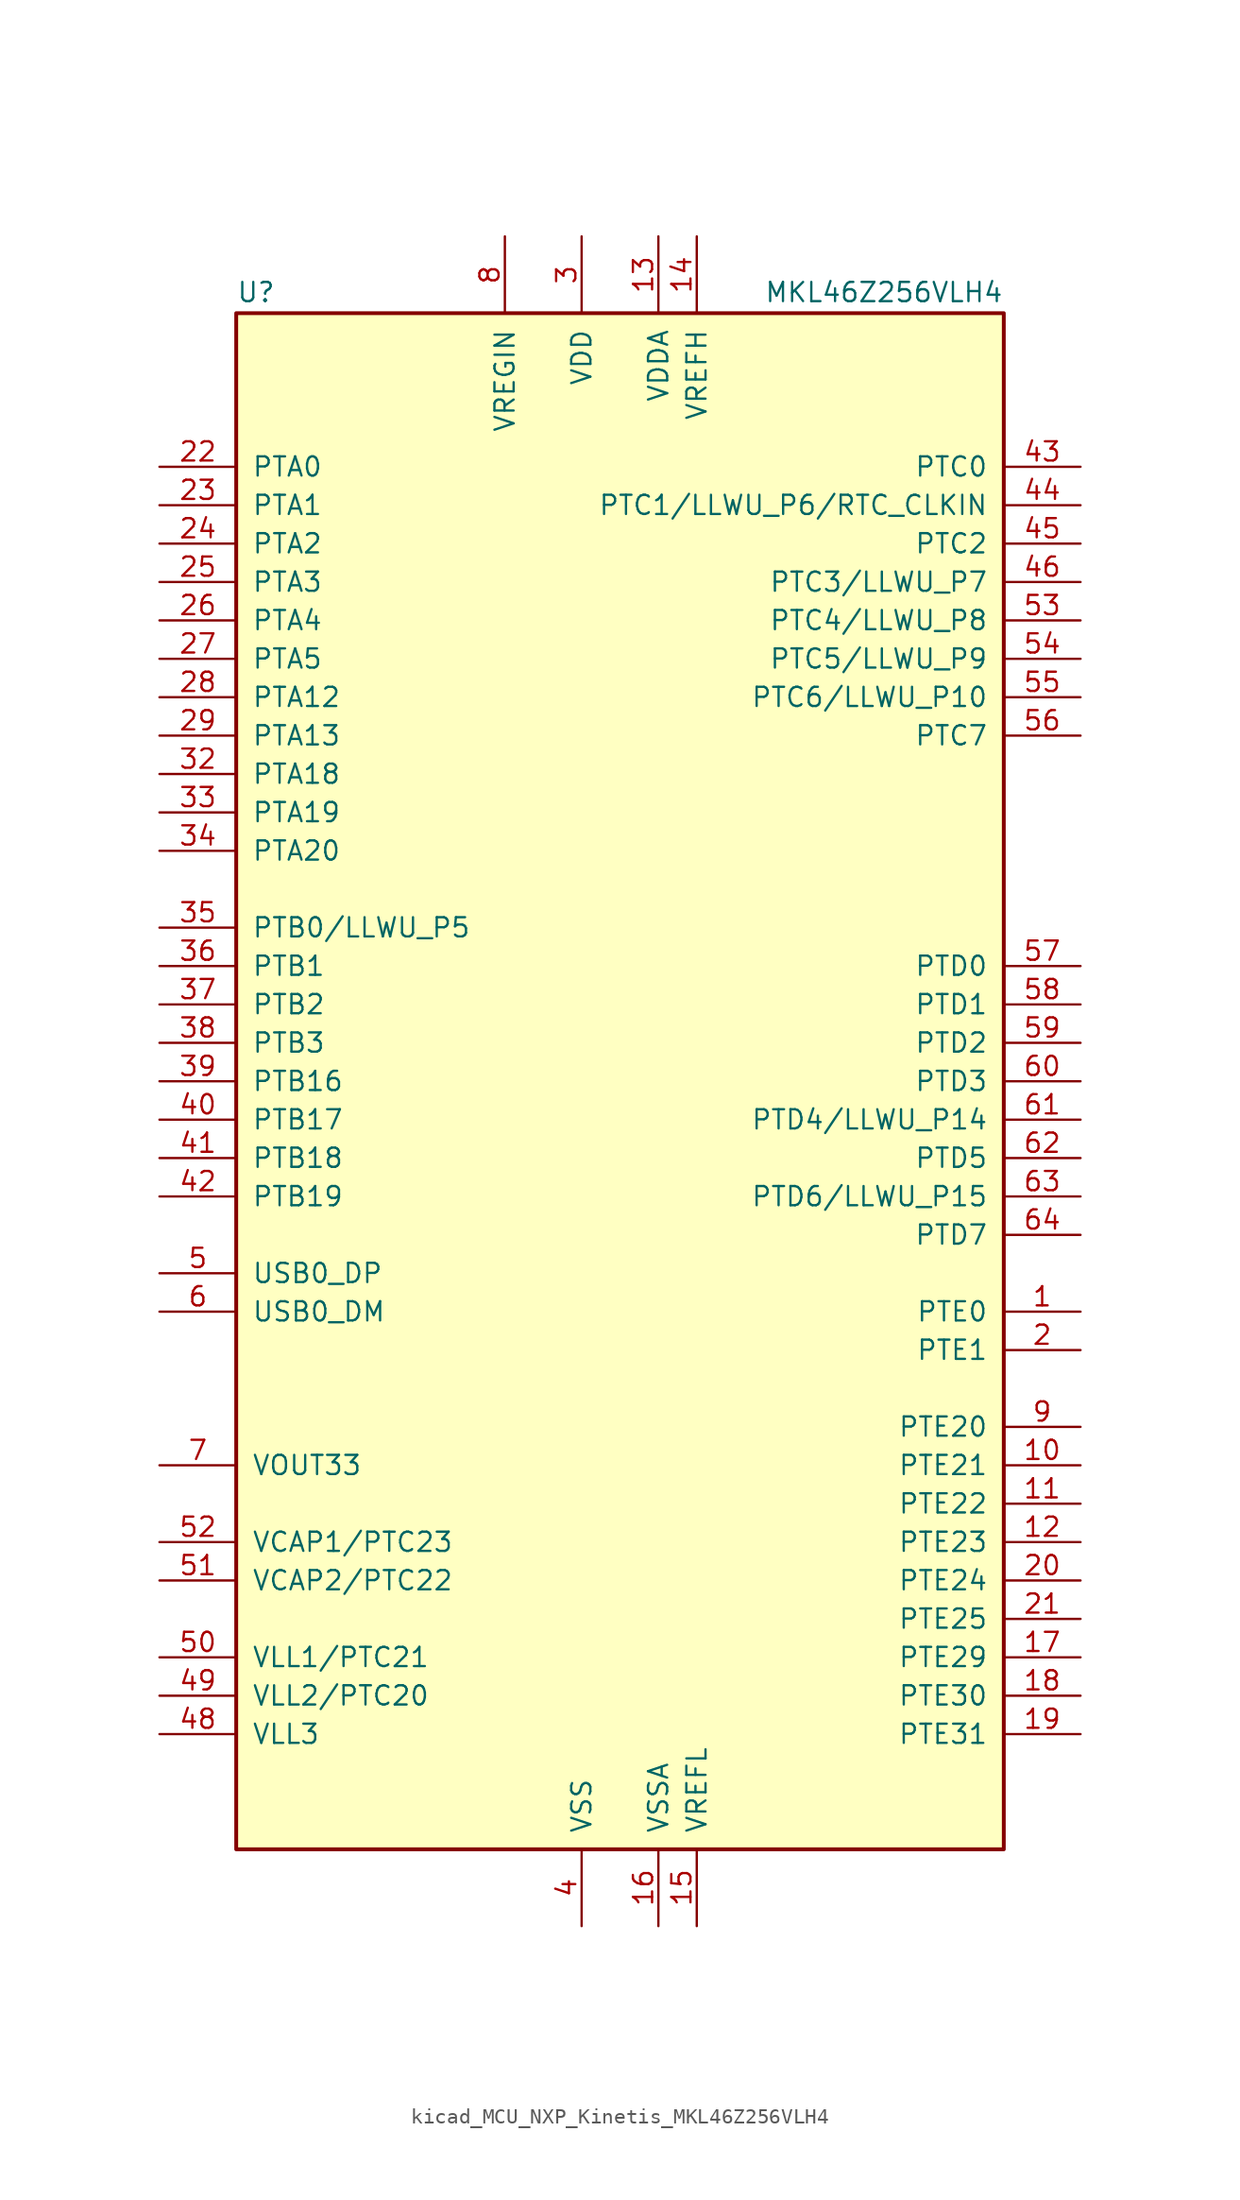
<source format=kicad_sym>
(kicad_symbol_lib
  (version 20220914)
  (generator kicad_symbol_editor)
  (symbol "kicad_MCU_NXP_Kinetis_MKL46Z256VLH4"
    (pin_names
      (offset 1.016))
    (property "Reference" "U"
      (at -25.4 51.435 0)
      (effects (font (size 1.27 1.27)) (justify left bottom)))
    (property "Value" "MKL46Z256VLH4"
      (at 25.4 51.435 0)
      (effects (font (size 1.27 1.27)) (justify right bottom)))
    (symbol "kicad_MCU_NXP_Kinetis_MKL46Z256VLH4_0_1"
      (rectangle (start -25.4 50.8) (end 25.4 -50.8) (stroke (width 0.254) (type default)) (fill (type background))))
    (symbol "kicad_MCU_NXP_Kinetis_MKL46Z256VLH4_1_1"
      (pin bidirectional line (at 30.48 -15.24 180) (length 5.08) (name "PTE0" (effects (font (size 1.27 1.27)))) (number "1" (effects (font (size 1.27 1.27)))))
      (pin bidirectional line (at 30.48 -25.4 180) (length 5.08) (name "PTE21" (effects (font (size 1.27 1.27)))) (number "10" (effects (font (size 1.27 1.27)))))
      (pin bidirectional line (at 30.48 -27.94 180) (length 5.08) (name "PTE22" (effects (font (size 1.27 1.27)))) (number "11" (effects (font (size 1.27 1.27)))))
      (pin bidirectional line (at 30.48 -30.48 180) (length 5.08) (name "PTE23" (effects (font (size 1.27 1.27)))) (number "12" (effects (font (size 1.27 1.27)))))
      (pin power_in line (at 2.54 55.88 270) (length 5.08) (name "VDDA" (effects (font (size 1.27 1.27)))) (number "13" (effects (font (size 1.27 1.27)))))
      (pin power_in line (at 5.08 55.88 270) (length 5.08) (name "VREFH" (effects (font (size 1.27 1.27)))) (number "14" (effects (font (size 1.27 1.27)))))
      (pin power_in line (at 5.08 -55.88 90) (length 5.08) (name "VREFL" (effects (font (size 1.27 1.27)))) (number "15" (effects (font (size 1.27 1.27)))))
      (pin power_in line (at 2.54 -55.88 90) (length 5.08) (name "VSSA" (effects (font (size 1.27 1.27)))) (number "16" (effects (font (size 1.27 1.27)))))
      (pin bidirectional line (at 30.48 -38.1 180) (length 5.08) (name "PTE29" (effects (font (size 1.27 1.27)))) (number "17" (effects (font (size 1.27 1.27)))))
      (pin bidirectional line (at 30.48 -40.64 180) (length 5.08) (name "PTE30" (effects (font (size 1.27 1.27)))) (number "18" (effects (font (size 1.27 1.27)))))
      (pin bidirectional line (at 30.48 -43.18 180) (length 5.08) (name "PTE31" (effects (font (size 1.27 1.27)))) (number "19" (effects (font (size 1.27 1.27)))))
      (pin bidirectional line (at 30.48 -17.78 180) (length 5.08) (name "PTE1" (effects (font (size 1.27 1.27)))) (number "2" (effects (font (size 1.27 1.27)))))
      (pin bidirectional line (at 30.48 -33.02 180) (length 5.08) (name "PTE24" (effects (font (size 1.27 1.27)))) (number "20" (effects (font (size 1.27 1.27)))))
      (pin bidirectional line (at 30.48 -35.56 180) (length 5.08) (name "PTE25" (effects (font (size 1.27 1.27)))) (number "21" (effects (font (size 1.27 1.27)))))
      (pin bidirectional line (at -30.48 40.64 0) (length 5.08) (name "PTA0" (effects (font (size 1.27 1.27)))) (number "22" (effects (font (size 1.27 1.27)))))
      (pin bidirectional line (at -30.48 38.1 0) (length 5.08) (name "PTA1" (effects (font (size 1.27 1.27)))) (number "23" (effects (font (size 1.27 1.27)))))
      (pin bidirectional line (at -30.48 35.56 0) (length 5.08) (name "PTA2" (effects (font (size 1.27 1.27)))) (number "24" (effects (font (size 1.27 1.27)))))
      (pin bidirectional line (at -30.48 33.02 0) (length 5.08) (name "PTA3" (effects (font (size 1.27 1.27)))) (number "25" (effects (font (size 1.27 1.27)))))
      (pin bidirectional line (at -30.48 30.48 0) (length 5.08) (name "PTA4" (effects (font (size 1.27 1.27)))) (number "26" (effects (font (size 1.27 1.27)))))
      (pin bidirectional line (at -30.48 27.94 0) (length 5.08) (name "PTA5" (effects (font (size 1.27 1.27)))) (number "27" (effects (font (size 1.27 1.27)))))
      (pin bidirectional line (at -30.48 25.4 0) (length 5.08) (name "PTA12" (effects (font (size 1.27 1.27)))) (number "28" (effects (font (size 1.27 1.27)))))
      (pin bidirectional line (at -30.48 22.86 0) (length 5.08) (name "PTA13" (effects (font (size 1.27 1.27)))) (number "29" (effects (font (size 1.27 1.27)))))
      (pin power_in line (at -2.54 55.88 270) (length 5.08) (name "VDD" (effects (font (size 1.27 1.27)))) (number "3" (effects (font (size 1.27 1.27)))))
      (pin passive line (at -2.54 55.88 270) (length 5.08) hide (name "VDD" (effects (font (size 1.27 1.27)))) (number "30" (effects (font (size 1.27 1.27)))))
      (pin passive line (at -2.54 -55.88 90) (length 5.08) hide (name "VSS" (effects (font (size 1.27 1.27)))) (number "31" (effects (font (size 1.27 1.27)))))
      (pin bidirectional line (at -30.48 20.32 0) (length 5.08) (name "PTA18" (effects (font (size 1.27 1.27)))) (number "32" (effects (font (size 1.27 1.27)))))
      (pin bidirectional line (at -30.48 17.78 0) (length 5.08) (name "PTA19" (effects (font (size 1.27 1.27)))) (number "33" (effects (font (size 1.27 1.27)))))
      (pin bidirectional line (at -30.48 15.24 0) (length 5.08) (name "PTA20" (effects (font (size 1.27 1.27)))) (number "34" (effects (font (size 1.27 1.27)))))
      (pin bidirectional line (at -30.48 10.16 0) (length 5.08) (name "PTB0/LLWU_P5" (effects (font (size 1.27 1.27)))) (number "35" (effects (font (size 1.27 1.27)))))
      (pin bidirectional line (at -30.48 7.62 0) (length 5.08) (name "PTB1" (effects (font (size 1.27 1.27)))) (number "36" (effects (font (size 1.27 1.27)))))
      (pin bidirectional line (at -30.48 5.08 0) (length 5.08) (name "PTB2" (effects (font (size 1.27 1.27)))) (number "37" (effects (font (size 1.27 1.27)))))
      (pin bidirectional line (at -30.48 2.54 0) (length 5.08) (name "PTB3" (effects (font (size 1.27 1.27)))) (number "38" (effects (font (size 1.27 1.27)))))
      (pin bidirectional line (at -30.48 0 0) (length 5.08) (name "PTB16" (effects (font (size 1.27 1.27)))) (number "39" (effects (font (size 1.27 1.27)))))
      (pin power_in line (at -2.54 -55.88 90) (length 5.08) (name "VSS" (effects (font (size 1.27 1.27)))) (number "4" (effects (font (size 1.27 1.27)))))
      (pin bidirectional line (at -30.48 -2.54 0) (length 5.08) (name "PTB17" (effects (font (size 1.27 1.27)))) (number "40" (effects (font (size 1.27 1.27)))))
      (pin bidirectional line (at -30.48 -5.08 0) (length 5.08) (name "PTB18" (effects (font (size 1.27 1.27)))) (number "41" (effects (font (size 1.27 1.27)))))
      (pin bidirectional line (at -30.48 -7.62 0) (length 5.08) (name "PTB19" (effects (font (size 1.27 1.27)))) (number "42" (effects (font (size 1.27 1.27)))))
      (pin bidirectional line (at 30.48 40.64 180) (length 5.08) (name "PTC0" (effects (font (size 1.27 1.27)))) (number "43" (effects (font (size 1.27 1.27)))))
      (pin bidirectional line (at 30.48 38.1 180) (length 5.08) (name "PTC1/LLWU_P6/RTC_CLKIN" (effects (font (size 1.27 1.27)))) (number "44" (effects (font (size 1.27 1.27)))))
      (pin bidirectional line (at 30.48 35.56 180) (length 5.08) (name "PTC2" (effects (font (size 1.27 1.27)))) (number "45" (effects (font (size 1.27 1.27)))))
      (pin bidirectional line (at 30.48 33.02 180) (length 5.08) (name "PTC3/LLWU_P7" (effects (font (size 1.27 1.27)))) (number "46" (effects (font (size 1.27 1.27)))))
      (pin passive line (at -2.54 -55.88 90) (length 5.08) hide (name "VSS" (effects (font (size 1.27 1.27)))) (number "47" (effects (font (size 1.27 1.27)))))
      (pin power_out line (at -30.48 -43.18 0) (length 5.08) (name "VLL3" (effects (font (size 1.27 1.27)))) (number "48" (effects (font (size 1.27 1.27)))))
      (pin power_out line (at -30.48 -40.64 0) (length 5.08) (name "VLL2/PTC20" (effects (font (size 1.27 1.27)))) (number "49" (effects (font (size 1.27 1.27)))))
      (pin bidirectional line (at -30.48 -12.7 0) (length 5.08) (name "USB0_DP" (effects (font (size 1.27 1.27)))) (number "5" (effects (font (size 1.27 1.27)))))
      (pin power_out line (at -30.48 -38.1 0) (length 5.08) (name "VLL1/PTC21" (effects (font (size 1.27 1.27)))) (number "50" (effects (font (size 1.27 1.27)))))
      (pin passive line (at -30.48 -33.02 0) (length 5.08) (name "VCAP2/PTC22" (effects (font (size 1.27 1.27)))) (number "51" (effects (font (size 1.27 1.27)))))
      (pin passive line (at -30.48 -30.48 0) (length 5.08) (name "VCAP1/PTC23" (effects (font (size 1.27 1.27)))) (number "52" (effects (font (size 1.27 1.27)))))
      (pin bidirectional line (at 30.48 30.48 180) (length 5.08) (name "PTC4/LLWU_P8" (effects (font (size 1.27 1.27)))) (number "53" (effects (font (size 1.27 1.27)))))
      (pin bidirectional line (at 30.48 27.94 180) (length 5.08) (name "PTC5/LLWU_P9" (effects (font (size 1.27 1.27)))) (number "54" (effects (font (size 1.27 1.27)))))
      (pin bidirectional line (at 30.48 25.4 180) (length 5.08) (name "PTC6/LLWU_P10" (effects (font (size 1.27 1.27)))) (number "55" (effects (font (size 1.27 1.27)))))
      (pin bidirectional line (at 30.48 22.86 180) (length 5.08) (name "PTC7" (effects (font (size 1.27 1.27)))) (number "56" (effects (font (size 1.27 1.27)))))
      (pin bidirectional line (at 30.48 7.62 180) (length 5.08) (name "PTD0" (effects (font (size 1.27 1.27)))) (number "57" (effects (font (size 1.27 1.27)))))
      (pin bidirectional line (at 30.48 5.08 180) (length 5.08) (name "PTD1" (effects (font (size 1.27 1.27)))) (number "58" (effects (font (size 1.27 1.27)))))
      (pin bidirectional line (at 30.48 2.54 180) (length 5.08) (name "PTD2" (effects (font (size 1.27 1.27)))) (number "59" (effects (font (size 1.27 1.27)))))
      (pin bidirectional line (at -30.48 -15.24 0) (length 5.08) (name "USB0_DM" (effects (font (size 1.27 1.27)))) (number "6" (effects (font (size 1.27 1.27)))))
      (pin bidirectional line (at 30.48 0 180) (length 5.08) (name "PTD3" (effects (font (size 1.27 1.27)))) (number "60" (effects (font (size 1.27 1.27)))))
      (pin bidirectional line (at 30.48 -2.54 180) (length 5.08) (name "PTD4/LLWU_P14" (effects (font (size 1.27 1.27)))) (number "61" (effects (font (size 1.27 1.27)))))
      (pin bidirectional line (at 30.48 -5.08 180) (length 5.08) (name "PTD5" (effects (font (size 1.27 1.27)))) (number "62" (effects (font (size 1.27 1.27)))))
      (pin bidirectional line (at 30.48 -7.62 180) (length 5.08) (name "PTD6/LLWU_P15" (effects (font (size 1.27 1.27)))) (number "63" (effects (font (size 1.27 1.27)))))
      (pin bidirectional line (at 30.48 -10.16 180) (length 5.08) (name "PTD7" (effects (font (size 1.27 1.27)))) (number "64" (effects (font (size 1.27 1.27)))))
      (pin power_out line (at -30.48 -25.4 0) (length 5.08) (name "VOUT33" (effects (font (size 1.27 1.27)))) (number "7" (effects (font (size 1.27 1.27)))))
      (pin power_in line (at -7.62 55.88 270) (length 5.08) (name "VREGIN" (effects (font (size 1.27 1.27)))) (number "8" (effects (font (size 1.27 1.27)))))
      (pin bidirectional line (at 30.48 -22.86 180) (length 5.08) (name "PTE20" (effects (font (size 1.27 1.27)))) (number "9" (effects (font (size 1.27 1.27))))))))
</source>
